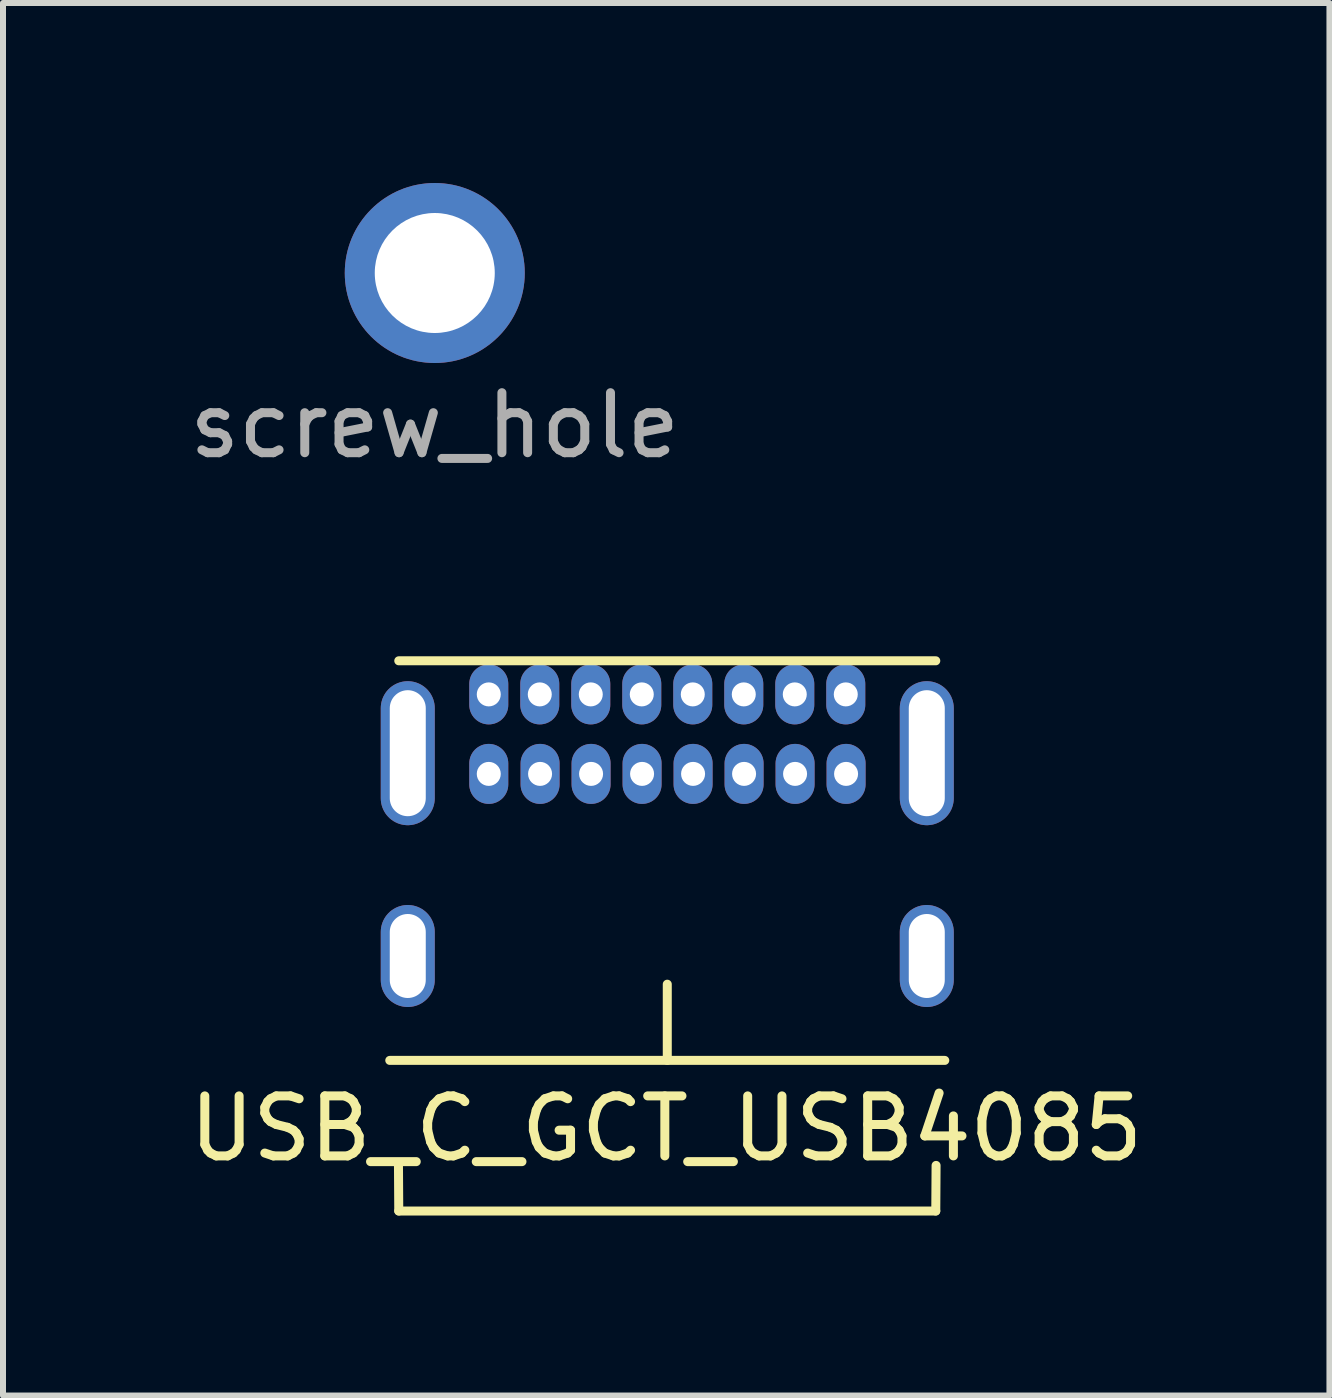
<source format=kicad_pcb>
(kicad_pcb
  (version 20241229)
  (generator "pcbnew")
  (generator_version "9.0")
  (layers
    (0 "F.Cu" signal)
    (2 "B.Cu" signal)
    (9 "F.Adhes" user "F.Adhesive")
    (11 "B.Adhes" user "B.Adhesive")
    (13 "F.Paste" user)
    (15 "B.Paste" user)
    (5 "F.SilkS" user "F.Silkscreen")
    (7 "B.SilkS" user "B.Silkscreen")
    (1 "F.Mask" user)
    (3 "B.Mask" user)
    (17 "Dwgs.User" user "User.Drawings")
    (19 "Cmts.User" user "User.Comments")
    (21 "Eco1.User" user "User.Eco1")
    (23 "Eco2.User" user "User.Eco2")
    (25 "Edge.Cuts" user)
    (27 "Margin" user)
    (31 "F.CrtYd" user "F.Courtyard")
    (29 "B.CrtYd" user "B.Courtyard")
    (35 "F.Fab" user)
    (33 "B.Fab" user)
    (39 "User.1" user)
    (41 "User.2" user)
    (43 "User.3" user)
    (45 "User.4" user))
  (footprint "USB_C_GCT_USB4085"
    (layer "F.Cu")
    (at 8.071 14.623)
    (property "Reference" "USB_C_GCT_USB4085" (at -0.017 1.137 0) (layer "F.SilkS") (effects (font (size 1 1) (thickness 0.15))))
    (attr through_hole)
    (fp_line (start -4.625 0) (end 4.625 0) (stroke (width 0.15) (type solid)) (layer "F.SilkS"))
    (fp_line (start -4.475 -6.66) (end 4.475 -6.66) (stroke (width 0.15) (type solid)) (layer "F.SilkS"))
    (fp_line (start -4.475 2.51) (end -4.48 1.75) (stroke (width 0.15) (type solid)) (layer "F.SilkS"))
    (fp_line (start -4.475 2.51) (end 4.475 2.51) (stroke (width 0.15) (type solid)) (layer "F.SilkS"))
    (fp_line (start 0 0) (end 0 -1.27) (stroke (width 0.15) (type solid)) (layer "F.SilkS"))
    (fp_line (start 4.48 1.75) (end 4.475 2.51) (stroke (width 0.15) (type solid)) (layer "F.SilkS"))
    (pad "A1" thru_hole oval (at -2.975 -6.1) (size 0.65 1) (drill 0.4) (layers "*.Cu" "*.Mask"))
    (pad "A4" thru_hole oval (at -2.125 -6.1) (size 0.65 1) (drill 0.4) (layers "*.Cu" "*.Mask"))
    (pad "A5" thru_hole oval (at -1.275 -6.1) (size 0.65 1) (drill 0.4) (layers "*.Cu" "*.Mask"))
    (pad "A6" thru_hole oval (at -0.425 -6.1) (size 0.65 1) (drill 0.4) (layers "*.Cu" "*.Mask"))
    (pad "A7" thru_hole oval (at 0.425 -6.1) (size 0.65 1) (drill 0.4) (layers "*.Cu" "*.Mask"))
    (pad "A8" thru_hole oval (at 1.275 -6.1) (size 0.65 1) (drill 0.4) (layers "*.Cu" "*.Mask"))
    (pad "A9" thru_hole oval (at 2.125 -6.1) (size 0.65 1) (drill 0.4) (layers "*.Cu" "*.Mask"))
    (pad "A12" thru_hole oval (at 2.975 -6.1) (size 0.65 1) (drill 0.4) (layers "*.Cu" "*.Mask"))
    (pad "B1" thru_hole oval (at 2.98 -4.775) (size 0.65 1) (drill 0.4) (layers "*.Cu" "*.Mask"))
    (pad "B4" thru_hole oval (at 2.13 -4.775) (size 0.65 1) (drill 0.4) (layers "*.Cu" "*.Mask"))
    (pad "B5" thru_hole oval (at 1.28 -4.775) (size 0.65 1) (drill 0.4) (layers "*.Cu" "*.Mask"))
    (pad "B6" thru_hole oval (at 0.43 -4.775) (size 0.65 1) (drill 0.4) (layers "*.Cu" "*.Mask"))
    (pad "B7" thru_hole oval (at -0.42 -4.775) (size 0.65 1) (drill 0.4) (layers "*.Cu" "*.Mask"))
    (pad "B8" thru_hole oval (at -1.27 -4.775) (size 0.65 1) (drill 0.4) (layers "*.Cu" "*.Mask"))
    (pad "B9" thru_hole oval (at -2.12 -4.775) (size 0.65 1) (drill 0.4) (layers "*.Cu" "*.Mask"))
    (pad "B12" thru_hole oval (at -2.975 -4.775) (size 0.65 1) (drill 0.4) (layers "*.Cu" "*.Mask"))
    (pad "S1" thru_hole oval (at -4.325 -5.12) (size 0.9 2.4) (drill oval 0.6 2.1) (layers "*.Cu" "*.Mask"))
    (pad "S1" thru_hole oval (at -4.325 -1.74) (size 0.9 1.7) (drill oval 0.6 1.4) (layers "*.Cu" "*.Mask"))
    (pad "S1" thru_hole oval (at 4.325 -5.12) (size 0.9 2.4) (drill oval 0.6 2.1) (layers "*.Cu" "*.Mask"))
    (pad "S1" thru_hole oval (at 4.325 -1.74) (size 0.9 1.7) (drill oval 0.6 1.4) (layers "*.Cu" "*.Mask")))
  (footprint "screw_hole"
    (layer "F.Cu")
    (at 4.196 1.5)
    (property "Reference" "screw_hole" (at 0 2.54 0) (layer "F.Fab") (effects (font (size 1 1) (thickness 0.15))))
    (attr through_hole)
    (pad "1" thru_hole circle (at 0 0) (size 3 3) (drill 2) (layers "*.Cu" "*.Mask")))
  (gr_rect
    (start -3 -3)
    (end 19.107 20.208)
    (stroke (width 0.1) (type default))
    (fill no)
    (layer "Edge.Cuts")))
</source>
